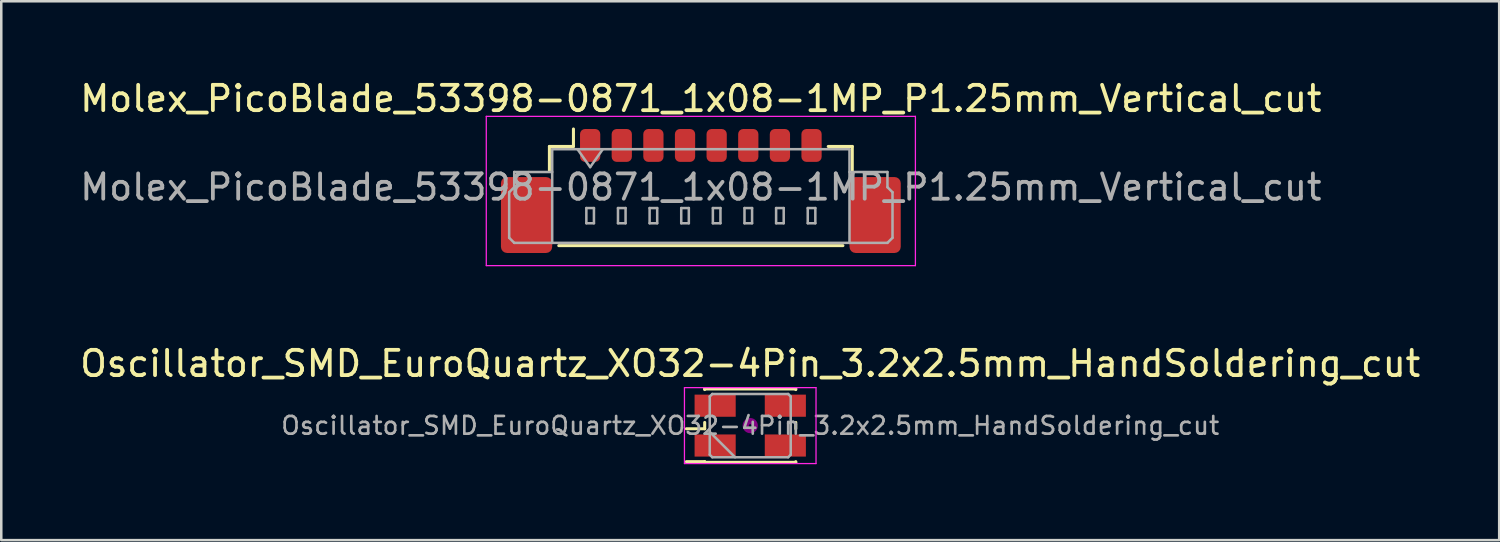
<source format=kicad_pcb>
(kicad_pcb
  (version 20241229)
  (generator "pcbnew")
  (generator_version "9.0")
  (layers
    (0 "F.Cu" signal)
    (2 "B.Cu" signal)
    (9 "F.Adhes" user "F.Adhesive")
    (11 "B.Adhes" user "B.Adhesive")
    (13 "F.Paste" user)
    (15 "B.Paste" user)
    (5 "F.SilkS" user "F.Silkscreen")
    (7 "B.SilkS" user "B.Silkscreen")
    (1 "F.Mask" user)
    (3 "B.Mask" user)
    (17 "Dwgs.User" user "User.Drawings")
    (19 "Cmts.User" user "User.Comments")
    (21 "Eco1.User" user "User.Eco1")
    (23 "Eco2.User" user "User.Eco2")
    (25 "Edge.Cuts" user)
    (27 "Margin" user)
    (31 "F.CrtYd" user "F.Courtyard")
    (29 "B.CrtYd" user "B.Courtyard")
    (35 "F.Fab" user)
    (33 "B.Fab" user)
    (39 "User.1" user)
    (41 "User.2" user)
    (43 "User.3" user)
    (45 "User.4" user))
  (footprint "Oscillator_SMD_EuroQuartz_XO32-4Pin_3.2x2.5mm_HandSoldering_cut"
    (layer "F.Cu")
    (at 26.601 13.771)
    (property "Reference" "Oscillator_SMD_EuroQuartz_XO32-4Pin_3.2x2.5mm_HandSoldering_cut" (at 0 -2.45 180) (layer "F.SilkS") (effects (font (size 1 1) (thickness 0.15))))
    (attr smd)
    (fp_line (start -2.525 0.125) (end -1.8 0.125) (stroke (width 0.12) (type solid)) (layer "F.SilkS"))
    (fp_line (start -2.525 1.425) (end -1.8 1.425) (stroke (width 0.12) (type solid)) (layer "F.SilkS"))
    (fp_line (start -1.8 -1.45) (end 1.8 -1.45) (stroke (width 0.12) (type solid)) (layer "F.SilkS"))
    (fp_line (start -1.8 -1.425) (end -1.8 -1.45) (stroke (width 0.12) (type solid)) (layer "F.SilkS"))
    (fp_line (start -1.8 0.125) (end -1.8 -0.125) (stroke (width 0.12) (type solid)) (layer "F.SilkS"))
    (fp_line (start -1.8 1.425) (end -1.8 1.45) (stroke (width 0.12) (type solid)) (layer "F.SilkS"))
    (fp_line (start -1.8 1.45) (end 1.8 1.45) (stroke (width 0.12) (type solid)) (layer "F.SilkS"))
    (fp_line (start 1.8 -1.45) (end 1.8 -1.425) (stroke (width 0.12) (type solid)) (layer "F.SilkS"))
    (fp_line (start 1.8 -0.125) (end 1.8 0.125) (stroke (width 0.12) (type solid)) (layer "F.SilkS"))
    (fp_line (start 1.8 1.45) (end 1.8 1.425) (stroke (width 0.12) (type solid)) (layer "F.SilkS"))
    (fp_circle (center 0 0) (end 0.058 0) (stroke (width 0.117) (type solid)) (fill no) (layer "F.Adhes"))
    (fp_circle (center 0 0) (end 0.133 0) (stroke (width 0.083) (type solid)) (fill no) (layer "F.Adhes"))
    (fp_circle (center 0 0) (end 0.208 0) (stroke (width 0.083) (type solid)) (fill no) (layer "F.Adhes"))
    (fp_circle (center 0 0) (end 0.25 0) (stroke (width 0.1) (type solid)) (fill no) (layer "F.Adhes"))
    (fp_line (start -2.6 -1.5) (end -2.6 1.5) (stroke (width 0.05) (type solid)) (layer "F.CrtYd"))
    (fp_line (start -2.6 1.5) (end 2.6 1.5) (stroke (width 0.05) (type solid)) (layer "F.CrtYd"))
    (fp_line (start 2.6 -1.5) (end -2.6 -1.5) (stroke (width 0.05) (type solid)) (layer "F.CrtYd"))
    (fp_line (start 2.6 1.5) (end 2.6 -1.5) (stroke (width 0.05) (type solid)) (layer "F.CrtYd"))
    (fp_line (start -1.6 -1.15) (end -1.5 -1.25) (stroke (width 0.1) (type solid)) (layer "F.Fab"))
    (fp_line (start -1.6 0.25) (end -0.6 1.25) (stroke (width 0.1) (type solid)) (layer "F.Fab"))
    (fp_line (start -1.6 1.15) (end -1.6 -1.15) (stroke (width 0.1) (type solid)) (layer "F.Fab"))
    (fp_line (start -1.5 -1.25) (end 1.5 -1.25) (stroke (width 0.1) (type solid)) (layer "F.Fab"))
    (fp_line (start -1.5 1.25) (end -1.6 1.15) (stroke (width 0.1) (type solid)) (layer "F.Fab"))
    (fp_line (start 1.5 -1.25) (end 1.6 -1.15) (stroke (width 0.1) (type solid)) (layer "F.Fab"))
    (fp_line (start 1.5 1.25) (end -1.5 1.25) (stroke (width 0.1) (type solid)) (layer "F.Fab"))
    (fp_line (start 1.6 -1.15) (end 1.6 1.15) (stroke (width 0.1) (type solid)) (layer "F.Fab"))
    (fp_line (start 1.6 1.15) (end 1.5 1.25) (stroke (width 0.1) (type solid)) (layer "F.Fab"))
    (fp_text user "${REFERENCE}" (at 0 0 180) (layer "F.Fab") (effects (font (size 0.7 0.7) (thickness 0.105))))
    (pad "1" smd rect (at -1.387 0.787) (size 1.625 0.875) (layers "F.Cu" "F.Mask" "F.Paste"))
    (pad "2" smd rect (at 1.387 0.787) (size 1.625 0.875) (layers "F.Cu" "F.Mask" "F.Paste"))
    (pad "3" smd rect (at 1.387 -0.787) (size 1.625 0.875) (layers "F.Cu" "F.Mask" "F.Paste"))
    (pad "4" smd rect (at -1.387 -0.787) (size 1.625 0.875) (layers "F.Cu" "F.Mask" "F.Paste")))
  (footprint "Molex_PicoBlade_53398-0871_1x08-1MP_P1.25mm_Vertical_cut"
    (layer "F.Cu")
    (at 24.649 3.948)
    (property "Reference" "Molex_PicoBlade_53398-0871_1x08-1MP_P1.25mm_Vertical_cut" (at 0 -3.1 0) (layer "F.SilkS") (effects (font (size 1 1) (thickness 0.15))))
    (attr smd)
    (fp_line (start -5.985 -1.21) (end -5.035 -1.21) (stroke (width 0.12) (type solid)) (layer "F.SilkS"))
    (fp_line (start -5.985 -0.26) (end -5.985 -1.21) (stroke (width 0.12) (type solid)) (layer "F.SilkS"))
    (fp_line (start -5.615 2.71) (end 5.615 2.71) (stroke (width 0.12) (type solid)) (layer "F.SilkS"))
    (fp_line (start -5.035 -1.21) (end -5.035 -1.9) (stroke (width 0.12) (type solid)) (layer "F.SilkS"))
    (fp_line (start 5.985 -1.21) (end 5.035 -1.21) (stroke (width 0.12) (type solid)) (layer "F.SilkS"))
    (fp_line (start 5.985 -0.26) (end 5.985 -1.21) (stroke (width 0.12) (type solid)) (layer "F.SilkS"))
    (fp_line (start -8.48 -2.4) (end -8.48 3.5) (stroke (width 0.05) (type solid)) (layer "F.CrtYd"))
    (fp_line (start -8.48 3.5) (end 8.48 3.5) (stroke (width 0.05) (type solid)) (layer "F.CrtYd"))
    (fp_line (start 8.48 -2.4) (end -8.48 -2.4) (stroke (width 0.05) (type solid)) (layer "F.CrtYd"))
    (fp_line (start 8.48 3.5) (end 8.48 -2.4) (stroke (width 0.05) (type solid)) (layer "F.CrtYd"))
    (fp_line (start -7.575 0.6) (end -7.375 0.4) (stroke (width 0.1) (type solid)) (layer "F.Fab"))
    (fp_line (start -7.575 2.4) (end -7.575 0.6) (stroke (width 0.1) (type solid)) (layer "F.Fab"))
    (fp_line (start -7.375 -0.2) (end -5.875 -0.2) (stroke (width 0.1) (type solid)) (layer "F.Fab"))
    (fp_line (start -7.375 0.4) (end -7.375 -0.2) (stroke (width 0.1) (type solid)) (layer "F.Fab"))
    (fp_line (start -7.375 2.6) (end -7.575 2.4) (stroke (width 0.1) (type solid)) (layer "F.Fab"))
    (fp_line (start -5.875 -1.1) (end -5.875 2.6) (stroke (width 0.1) (type solid)) (layer "F.Fab"))
    (fp_line (start -5.875 -1.1) (end 5.875 -1.1) (stroke (width 0.1) (type solid)) (layer "F.Fab"))
    (fp_line (start -5.875 2.6) (end -7.375 2.6) (stroke (width 0.1) (type solid)) (layer "F.Fab"))
    (fp_line (start -5.875 2.6) (end 5.875 2.6) (stroke (width 0.1) (type solid)) (layer "F.Fab"))
    (fp_line (start -4.875 -1.1) (end -4.375 -0.393) (stroke (width 0.1) (type solid)) (layer "F.Fab"))
    (fp_line (start -4.525 1.225) (end -4.525 1.825) (stroke (width 0.1) (type solid)) (layer "F.Fab"))
    (fp_line (start -4.525 1.825) (end -4.225 1.825) (stroke (width 0.1) (type solid)) (layer "F.Fab"))
    (fp_line (start -4.375 -0.393) (end -3.875 -1.1) (stroke (width 0.1) (type solid)) (layer "F.Fab"))
    (fp_line (start -4.225 1.225) (end -4.525 1.225) (stroke (width 0.1) (type solid)) (layer "F.Fab"))
    (fp_line (start -4.225 1.825) (end -4.225 1.225) (stroke (width 0.1) (type solid)) (layer "F.Fab"))
    (fp_line (start -3.275 1.225) (end -3.275 1.825) (stroke (width 0.1) (type solid)) (layer "F.Fab"))
    (fp_line (start -3.275 1.825) (end -2.975 1.825) (stroke (width 0.1) (type solid)) (layer "F.Fab"))
    (fp_line (start -2.975 1.225) (end -3.275 1.225) (stroke (width 0.1) (type solid)) (layer "F.Fab"))
    (fp_line (start -2.975 1.825) (end -2.975 1.225) (stroke (width 0.1) (type solid)) (layer "F.Fab"))
    (fp_line (start -2.025 1.225) (end -2.025 1.825) (stroke (width 0.1) (type solid)) (layer "F.Fab"))
    (fp_line (start -2.025 1.825) (end -1.725 1.825) (stroke (width 0.1) (type solid)) (layer "F.Fab"))
    (fp_line (start -1.725 1.225) (end -2.025 1.225) (stroke (width 0.1) (type solid)) (layer "F.Fab"))
    (fp_line (start -1.725 1.825) (end -1.725 1.225) (stroke (width 0.1) (type solid)) (layer "F.Fab"))
    (fp_line (start -0.775 1.225) (end -0.775 1.825) (stroke (width 0.1) (type solid)) (layer "F.Fab"))
    (fp_line (start -0.775 1.825) (end -0.475 1.825) (stroke (width 0.1) (type solid)) (layer "F.Fab"))
    (fp_line (start -0.475 1.225) (end -0.775 1.225) (stroke (width 0.1) (type solid)) (layer "F.Fab"))
    (fp_line (start -0.475 1.825) (end -0.475 1.225) (stroke (width 0.1) (type solid)) (layer "F.Fab"))
    (fp_line (start 0.475 1.225) (end 0.475 1.825) (stroke (width 0.1) (type solid)) (layer "F.Fab"))
    (fp_line (start 0.475 1.825) (end 0.775 1.825) (stroke (width 0.1) (type solid)) (layer "F.Fab"))
    (fp_line (start 0.775 1.225) (end 0.475 1.225) (stroke (width 0.1) (type solid)) (layer "F.Fab"))
    (fp_line (start 0.775 1.825) (end 0.775 1.225) (stroke (width 0.1) (type solid)) (layer "F.Fab"))
    (fp_line (start 1.725 1.225) (end 1.725 1.825) (stroke (width 0.1) (type solid)) (layer "F.Fab"))
    (fp_line (start 1.725 1.825) (end 2.025 1.825) (stroke (width 0.1) (type solid)) (layer "F.Fab"))
    (fp_line (start 2.025 1.225) (end 1.725 1.225) (stroke (width 0.1) (type solid)) (layer "F.Fab"))
    (fp_line (start 2.025 1.825) (end 2.025 1.225) (stroke (width 0.1) (type solid)) (layer "F.Fab"))
    (fp_line (start 2.975 1.225) (end 2.975 1.825) (stroke (width 0.1) (type solid)) (layer "F.Fab"))
    (fp_line (start 2.975 1.825) (end 3.275 1.825) (stroke (width 0.1) (type solid)) (layer "F.Fab"))
    (fp_line (start 3.275 1.225) (end 2.975 1.225) (stroke (width 0.1) (type solid)) (layer "F.Fab"))
    (fp_line (start 3.275 1.825) (end 3.275 1.225) (stroke (width 0.1) (type solid)) (layer "F.Fab"))
    (fp_line (start 4.225 1.225) (end 4.225 1.825) (stroke (width 0.1) (type solid)) (layer "F.Fab"))
    (fp_line (start 4.225 1.825) (end 4.525 1.825) (stroke (width 0.1) (type solid)) (layer "F.Fab"))
    (fp_line (start 4.525 1.225) (end 4.225 1.225) (stroke (width 0.1) (type solid)) (layer "F.Fab"))
    (fp_line (start 4.525 1.825) (end 4.525 1.225) (stroke (width 0.1) (type solid)) (layer "F.Fab"))
    (fp_line (start 5.875 -1.1) (end 5.875 2.6) (stroke (width 0.1) (type solid)) (layer "F.Fab"))
    (fp_line (start 5.875 2.6) (end 7.375 2.6) (stroke (width 0.1) (type solid)) (layer "F.Fab"))
    (fp_line (start 7.375 -0.2) (end 5.875 -0.2) (stroke (width 0.1) (type solid)) (layer "F.Fab"))
    (fp_line (start 7.375 0.4) (end 7.375 -0.2) (stroke (width 0.1) (type solid)) (layer "F.Fab"))
    (fp_line (start 7.375 2.6) (end 7.575 2.4) (stroke (width 0.1) (type solid)) (layer "F.Fab"))
    (fp_line (start 7.575 0.6) (end 7.375 0.4) (stroke (width 0.1) (type solid)) (layer "F.Fab"))
    (fp_line (start 7.575 2.4) (end 7.575 0.6) (stroke (width 0.1) (type solid)) (layer "F.Fab"))
    (fp_text user "${REFERENCE}" (at 0 0.4 0) (layer "F.Fab") (effects (font (size 1 1) (thickness 0.15))))
    (pad "1" smd roundrect (at -4.375 -1.25) (size 0.8 1.3) (layers "F.Cu" "F.Mask" "F.Paste") (roundrect_rratio 0.25))
    (pad "2" smd roundrect (at -3.125 -1.25) (size 0.8 1.3) (layers "F.Cu" "F.Mask" "F.Paste") (roundrect_rratio 0.25))
    (pad "3" smd roundrect (at -1.875 -1.25) (size 0.8 1.3) (layers "F.Cu" "F.Mask" "F.Paste") (roundrect_rratio 0.25))
    (pad "4" smd roundrect (at -0.625 -1.25) (size 0.8 1.3) (layers "F.Cu" "F.Mask" "F.Paste") (roundrect_rratio 0.25))
    (pad "5" smd roundrect (at 0.625 -1.25) (size 0.8 1.3) (layers "F.Cu" "F.Mask" "F.Paste") (roundrect_rratio 0.25))
    (pad "6" smd roundrect (at 1.875 -1.25) (size 0.8 1.3) (layers "F.Cu" "F.Mask" "F.Paste") (roundrect_rratio 0.25))
    (pad "7" smd roundrect (at 3.125 -1.25) (size 0.8 1.3) (layers "F.Cu" "F.Mask" "F.Paste") (roundrect_rratio 0.25))
    (pad "8" smd roundrect (at 4.375 -1.25) (size 0.8 1.3) (layers "F.Cu" "F.Mask" "F.Paste") (roundrect_rratio 0.25))
    (pad "MP" smd roundrect (at -6.888 1.5) (size 2.025 3) (layers "F.Cu" "F.Mask" "F.Paste") (roundrect_rratio 0.119))
    (pad "MP" smd roundrect (at 6.888 1.5) (size 2.025 3) (layers "F.Cu" "F.Mask" "F.Paste") (roundrect_rratio 0.119)))
  (gr_rect
    (start -3 -3)
    (end 56.202 18.297)
    (stroke (width 0.1) (type default))
    (fill no)
    (layer "Edge.Cuts")))
</source>
